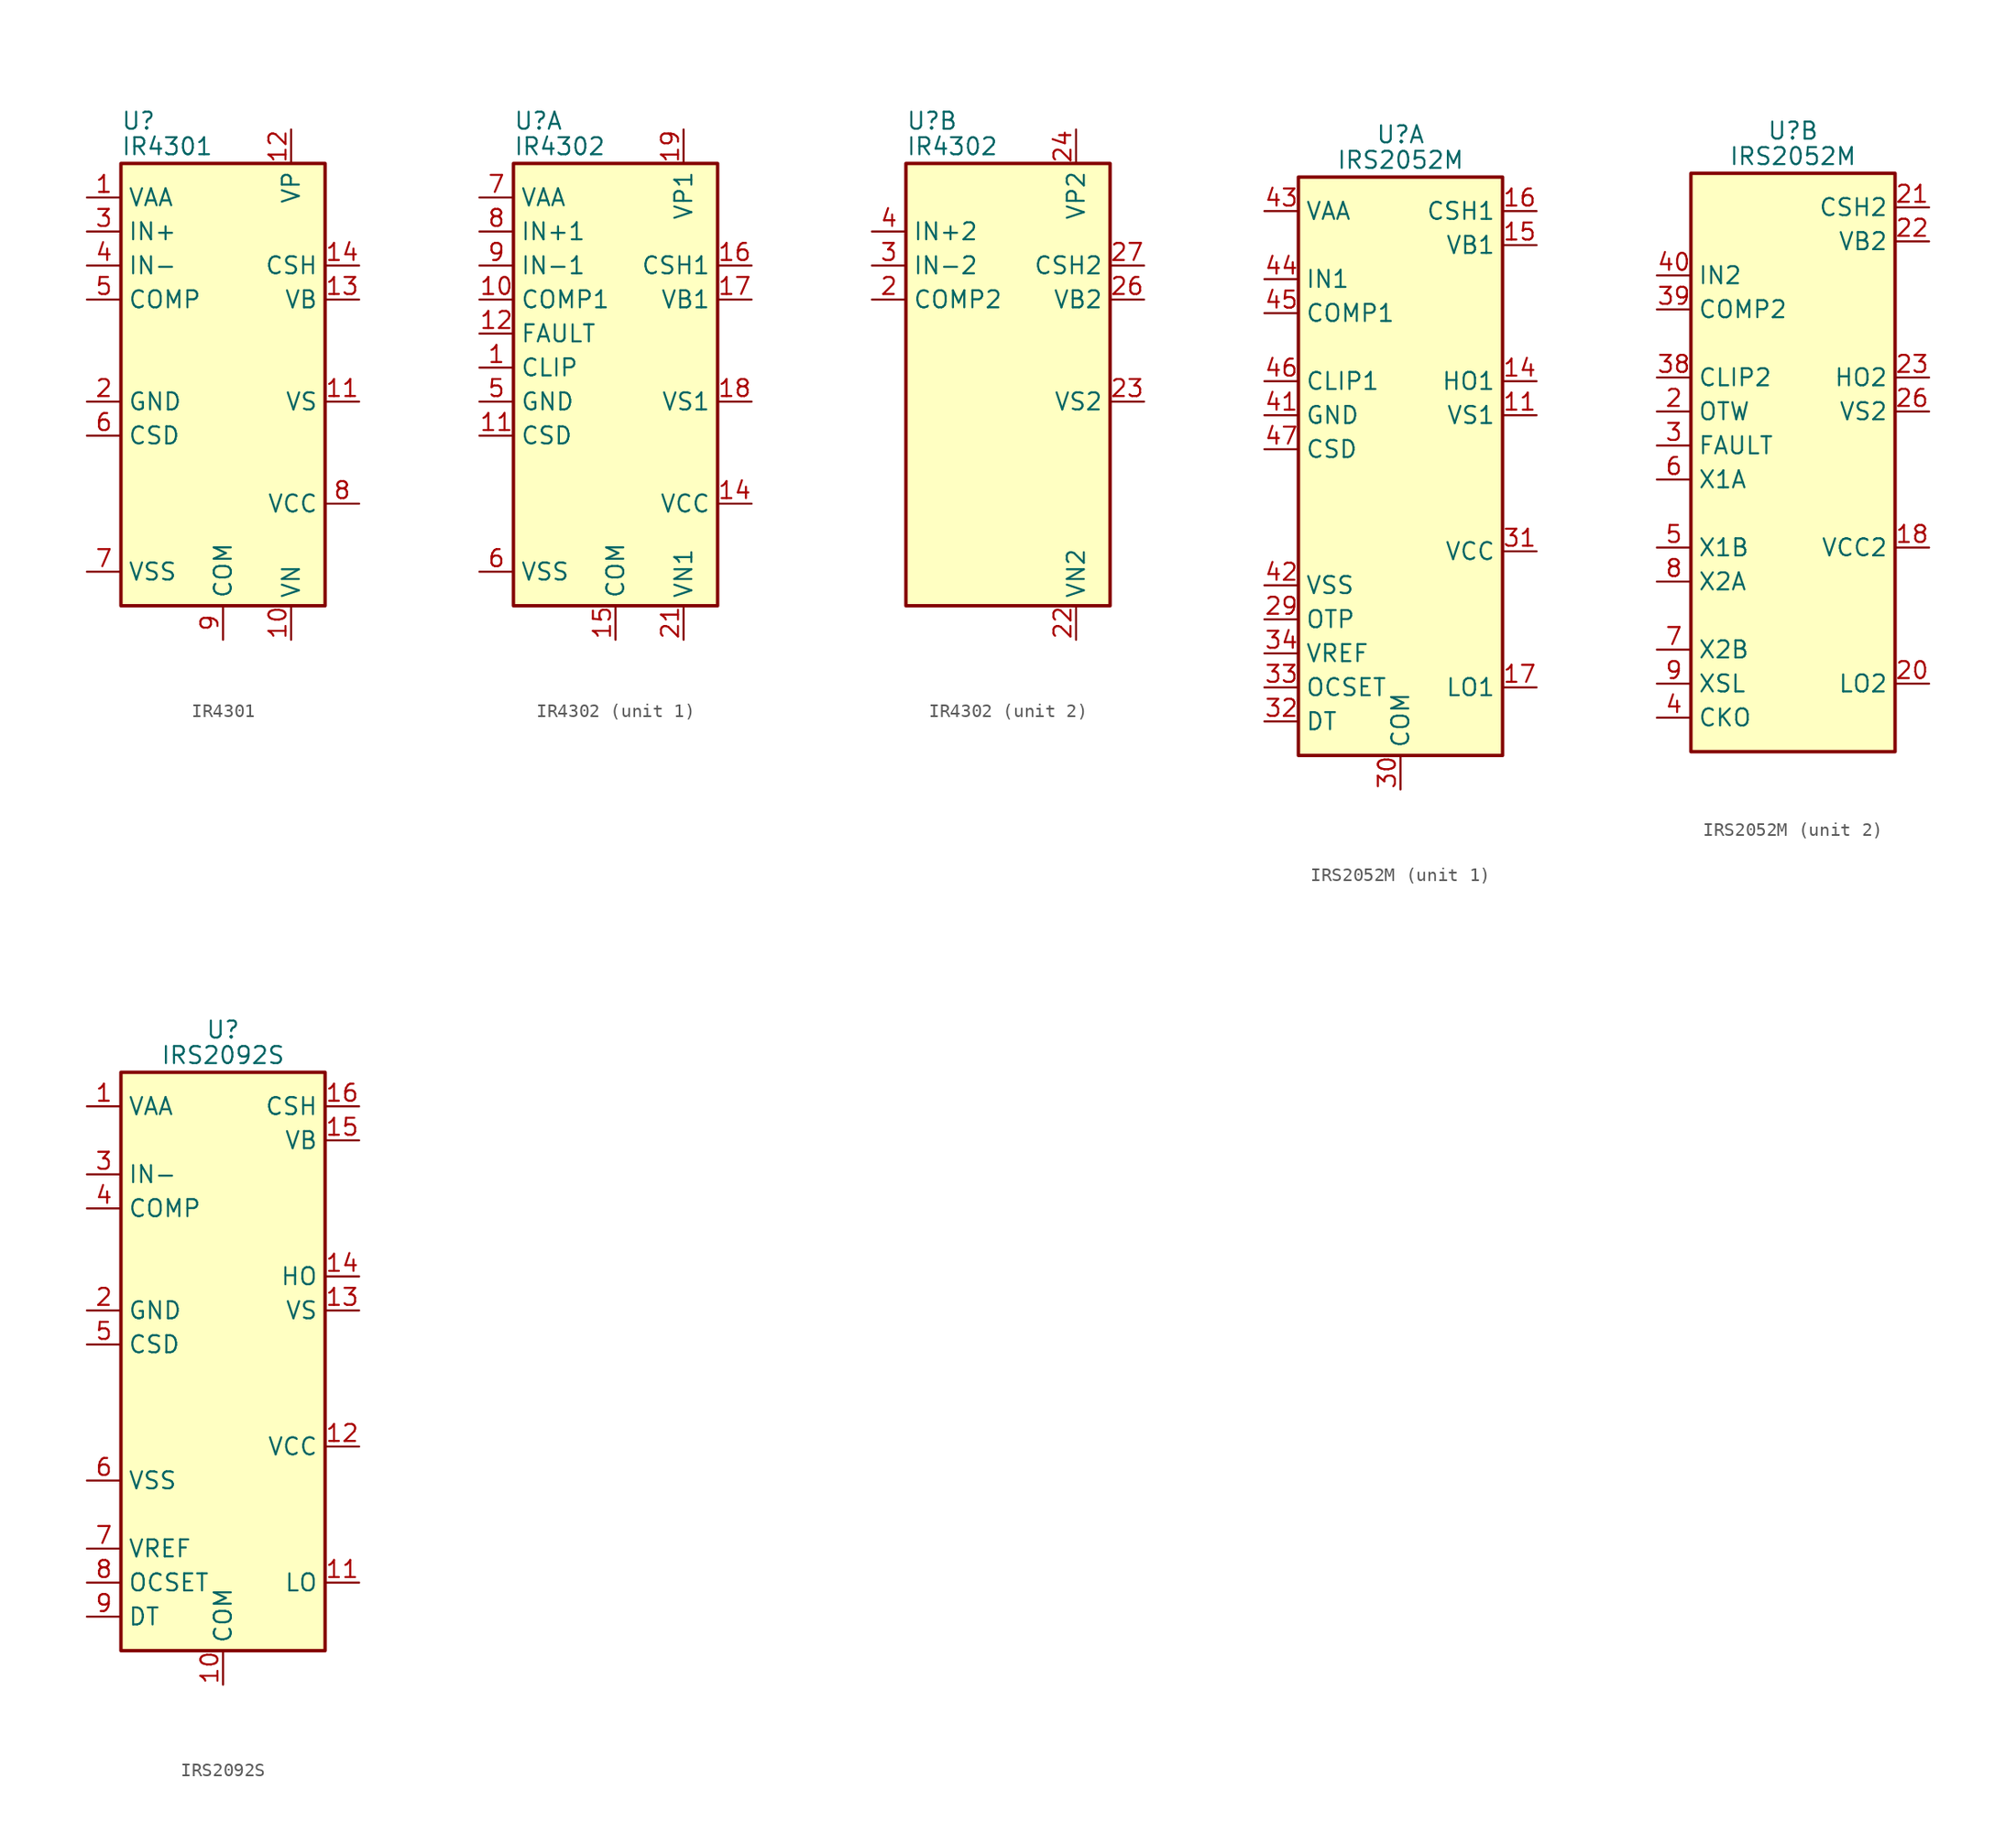
<source format=kicad_sym>
(kicad_symbol_lib
  (version 20241209)
  (generator "kicad_symbol_editor")
  (generator_version "9.0")
  (symbol "IR4301"
    (property "Reference" "U"
      (at -7.62 20.955 0)
      (effects (font (size 1.27 1.27)) (justify left)))
    (property "Value" "IR4301"
      (at -7.62 19.05 0)
      (effects (font (size 1.27 1.27)) (justify left)))
    (symbol "IR4301_0_1"
      (rectangle (start -7.62 -15.24) (end 7.62 17.78) (stroke (width 0.254) (type default)) (fill (type background))))
    (symbol "IR4301_1_1"
      (pin power_in line (at -10.16 15.24 0) (length 2.54) (name "VAA" (effects (font (size 1.27 1.27)))) (number "1" (effects (font (size 1.27 1.27)))))
      (pin input line (at -10.16 12.7 0) (length 2.54) (name "IN+" (effects (font (size 1.27 1.27)))) (number "3" (effects (font (size 1.27 1.27)))))
      (pin input line (at -10.16 10.16 0) (length 2.54) (name "IN-" (effects (font (size 1.27 1.27)))) (number "4" (effects (font (size 1.27 1.27)))))
      (pin output line (at -10.16 7.62 0) (length 2.54) (name "COMP" (effects (font (size 1.27 1.27)))) (number "5" (effects (font (size 1.27 1.27)))))
      (pin power_in line (at -10.16 0 0) (length 2.54) (name "GND" (effects (font (size 1.27 1.27)))) (number "2" (effects (font (size 1.27 1.27)))))
      (pin passive line (at -10.16 -2.54 0) (length 2.54) (name "CSD" (effects (font (size 1.27 1.27)))) (number "6" (effects (font (size 1.27 1.27)))))
      (pin power_in line (at -10.16 -12.7 0) (length 2.54) (name "VSS" (effects (font (size 1.27 1.27)))) (number "7" (effects (font (size 1.27 1.27)))))
      (pin passive line (at 0 -17.78 90) (length 2.54) (hide yes) (name "COM" (effects (font (size 1.27 1.27)))) (number "15" (effects (font (size 1.27 1.27)))))
      (pin power_in line (at 0 -17.78 90) (length 2.54) (name "COM" (effects (font (size 1.27 1.27)))) (number "9" (effects (font (size 1.27 1.27)))))
      (pin power_in line (at 5.08 20.32 270) (length 2.54) (name "VP" (effects (font (size 1.27 1.27)))) (number "12" (effects (font (size 1.27 1.27)))))
      (pin power_in line (at 5.08 -17.78 90) (length 2.54) (name "VN" (effects (font (size 1.27 1.27)))) (number "10" (effects (font (size 1.27 1.27)))))
      (pin passive line (at 10.16 10.16 180) (length 2.54) (name "CSH" (effects (font (size 1.27 1.27)))) (number "14" (effects (font (size 1.27 1.27)))))
      (pin power_in line (at 10.16 7.62 180) (length 2.54) (name "VB" (effects (font (size 1.27 1.27)))) (number "13" (effects (font (size 1.27 1.27)))))
      (pin output line (at 10.16 0 180) (length 2.54) (name "VS" (effects (font (size 1.27 1.27)))) (number "11" (effects (font (size 1.27 1.27)))))
      (pin power_in line (at 10.16 -7.62 180) (length 2.54) (name "VCC" (effects (font (size 1.27 1.27)))) (number "8" (effects (font (size 1.27 1.27)))))))
  (symbol "IR4302"
    (property "Reference" "U"
      (at -7.62 20.955 0)
      (effects (font (size 1.27 1.27)) (justify left)))
    (property "Value" "IR4302"
      (at -7.62 19.05 0)
      (effects (font (size 1.27 1.27)) (justify left)))
    (property "ki_locked" ""
      (at 0 0 0)
      (effects (font (size 1.27 1.27))))
    (symbol "IR4302_0_1"
      (rectangle (start -7.62 -15.24) (end 7.62 17.78) (stroke (width 0.254) (type default)) (fill (type background))))
    (symbol "IR4302_1_1"
      (pin power_in line (at -10.16 15.24 0) (length 2.54) (name "VAA" (effects (font (size 1.27 1.27)))) (number "7" (effects (font (size 1.27 1.27)))))
      (pin input line (at -10.16 12.7 0) (length 2.54) (name "IN+1" (effects (font (size 1.27 1.27)))) (number "8" (effects (font (size 1.27 1.27)))))
      (pin input line (at -10.16 10.16 0) (length 2.54) (name "IN-1" (effects (font (size 1.27 1.27)))) (number "9" (effects (font (size 1.27 1.27)))))
      (pin output line (at -10.16 7.62 0) (length 2.54) (name "COMP1" (effects (font (size 1.27 1.27)))) (number "10" (effects (font (size 1.27 1.27)))))
      (pin open_collector line (at -10.16 5.08 0) (length 2.54) (name "FAULT" (effects (font (size 1.27 1.27)))) (number "12" (effects (font (size 1.27 1.27)))))
      (pin open_collector line (at -10.16 2.54 0) (length 2.54) (name "CLIP" (effects (font (size 1.27 1.27)))) (number "1" (effects (font (size 1.27 1.27)))))
      (pin power_in line (at -10.16 0 0) (length 2.54) (name "GND" (effects (font (size 1.27 1.27)))) (number "5" (effects (font (size 1.27 1.27)))))
      (pin passive line (at -10.16 -2.54 0) (length 2.54) (name "CSD" (effects (font (size 1.27 1.27)))) (number "11" (effects (font (size 1.27 1.27)))))
      (pin power_in line (at -10.16 -12.7 0) (length 2.54) (name "VSS" (effects (font (size 1.27 1.27)))) (number "6" (effects (font (size 1.27 1.27)))))
      (pin no_connect line (at -7.62 -5.08 0) (length 2.54) (hide yes) (name "NC" (effects (font (size 1.27 1.27)))) (number "13" (effects (font (size 1.27 1.27)))))
      (pin no_connect line (at -7.62 -7.62 0) (length 2.54) (hide yes) (name "NC" (effects (font (size 1.27 1.27)))) (number "29" (effects (font (size 1.27 1.27)))))
      (pin no_connect line (at -7.62 -10.16 0) (length 2.54) (hide yes) (name "NC" (effects (font (size 1.27 1.27)))) (number "30" (effects (font (size 1.27 1.27)))))
      (pin power_in line (at 0 -17.78 90) (length 2.54) (name "COM" (effects (font (size 1.27 1.27)))) (number "15" (effects (font (size 1.27 1.27)))))
      (pin passive line (at 0 -17.78 90) (length 2.54) (hide yes) (name "COM" (effects (font (size 1.27 1.27)))) (number "28" (effects (font (size 1.27 1.27)))))
      (pin passive line (at 0 -17.78 90) (length 2.54) (hide yes) (name "COM" (effects (font (size 1.27 1.27)))) (number "31" (effects (font (size 1.27 1.27)))))
      (pin power_in line (at 5.08 20.32 270) (length 2.54) (name "VP1" (effects (font (size 1.27 1.27)))) (number "19" (effects (font (size 1.27 1.27)))))
      (pin power_in line (at 5.08 -17.78 90) (length 2.54) (name "VN1" (effects (font (size 1.27 1.27)))) (number "21" (effects (font (size 1.27 1.27)))))
      (pin passive line (at 10.16 10.16 180) (length 2.54) (name "CSH1" (effects (font (size 1.27 1.27)))) (number "16" (effects (font (size 1.27 1.27)))))
      (pin power_in line (at 10.16 7.62 180) (length 2.54) (name "VB1" (effects (font (size 1.27 1.27)))) (number "17" (effects (font (size 1.27 1.27)))))
      (pin output line (at 10.16 0 180) (length 2.54) (name "VS1" (effects (font (size 1.27 1.27)))) (number "18" (effects (font (size 1.27 1.27)))))
      (pin passive line (at 10.16 0 180) (length 2.54) (hide yes) (name "VS1" (effects (font (size 1.27 1.27)))) (number "20" (effects (font (size 1.27 1.27)))))
      (pin power_in line (at 10.16 -7.62 180) (length 2.54) (name "VCC" (effects (font (size 1.27 1.27)))) (number "14" (effects (font (size 1.27 1.27))))))
    (symbol "IR4302_2_1"
      (pin input line (at -10.16 12.7 0) (length 2.54) (name "IN+2" (effects (font (size 1.27 1.27)))) (number "4" (effects (font (size 1.27 1.27)))))
      (pin input line (at -10.16 10.16 0) (length 2.54) (name "IN-2" (effects (font (size 1.27 1.27)))) (number "3" (effects (font (size 1.27 1.27)))))
      (pin output line (at -10.16 7.62 0) (length 2.54) (name "COMP2" (effects (font (size 1.27 1.27)))) (number "2" (effects (font (size 1.27 1.27)))))
      (pin power_in line (at 5.08 20.32 270) (length 2.54) (name "VP2" (effects (font (size 1.27 1.27)))) (number "24" (effects (font (size 1.27 1.27)))))
      (pin power_in line (at 5.08 -17.78 90) (length 2.54) (name "VN2" (effects (font (size 1.27 1.27)))) (number "22" (effects (font (size 1.27 1.27)))))
      (pin passive line (at 10.16 10.16 180) (length 2.54) (name "CSH2" (effects (font (size 1.27 1.27)))) (number "27" (effects (font (size 1.27 1.27)))))
      (pin power_in line (at 10.16 7.62 180) (length 2.54) (name "VB2" (effects (font (size 1.27 1.27)))) (number "26" (effects (font (size 1.27 1.27)))))
      (pin output line (at 10.16 0 180) (length 2.54) (name "VS2" (effects (font (size 1.27 1.27)))) (number "23" (effects (font (size 1.27 1.27)))))
      (pin passive line (at 10.16 0 180) (length 2.54) (hide yes) (name "VS2" (effects (font (size 1.27 1.27)))) (number "25" (effects (font (size 1.27 1.27)))))))
  (symbol "IRS2052M"
    (property "Reference" "U"
      (at 0 26.035 0)
      (effects (font (size 1.27 1.27))))
    (property "Value" "IRS2052M"
      (at 0 24.13 0)
      (effects (font (size 1.27 1.27))))
    (property "ki_locked" ""
      (at 0 0 0)
      (effects (font (size 1.27 1.27))))
    (symbol "IRS2052M_0_1"
      (rectangle (start -7.62 -20.32) (end 7.62 22.86) (stroke (width 0.254) (type default)) (fill (type background))))
    (symbol "IRS2052M_1_1"
      (pin power_in line (at -10.16 20.32 0) (length 2.54) (name "VAA" (effects (font (size 1.27 1.27)))) (number "43" (effects (font (size 1.27 1.27)))))
      (pin input line (at -10.16 15.24 0) (length 2.54) (name "IN1" (effects (font (size 1.27 1.27)))) (number "44" (effects (font (size 1.27 1.27)))))
      (pin output line (at -10.16 12.7 0) (length 2.54) (name "COMP1" (effects (font (size 1.27 1.27)))) (number "45" (effects (font (size 1.27 1.27)))))
      (pin open_collector line (at -10.16 7.62 0) (length 2.54) (name "CLIP1" (effects (font (size 1.27 1.27)))) (number "46" (effects (font (size 1.27 1.27)))))
      (pin power_in line (at -10.16 5.08 0) (length 2.54) (name "GND" (effects (font (size 1.27 1.27)))) (number "41" (effects (font (size 1.27 1.27)))))
      (pin passive line (at -10.16 2.54 0) (length 2.54) (name "CSD" (effects (font (size 1.27 1.27)))) (number "47" (effects (font (size 1.27 1.27)))))
      (pin power_in line (at -10.16 -7.62 0) (length 2.54) (name "VSS" (effects (font (size 1.27 1.27)))) (number "42" (effects (font (size 1.27 1.27)))))
      (pin passive line (at -10.16 -10.16 0) (length 2.54) (name "OTP" (effects (font (size 1.27 1.27)))) (number "29" (effects (font (size 1.27 1.27)))))
      (pin power_out line (at -10.16 -12.7 0) (length 2.54) (name "VREF" (effects (font (size 1.27 1.27)))) (number "34" (effects (font (size 1.27 1.27)))))
      (pin passive line (at -10.16 -15.24 0) (length 2.54) (name "OCSET" (effects (font (size 1.27 1.27)))) (number "33" (effects (font (size 1.27 1.27)))))
      (pin passive line (at -10.16 -17.78 0) (length 2.54) (name "DT" (effects (font (size 1.27 1.27)))) (number "32" (effects (font (size 1.27 1.27)))))
      (pin no_connect line (at -7.62 17.78 0) (length 2.54) (hide yes) (name "NC" (effects (font (size 1.27 1.27)))) (number "1" (effects (font (size 1.27 1.27)))))
      (pin no_connect line (at -7.62 10.16 0) (length 2.54) (hide yes) (name "NC" (effects (font (size 1.27 1.27)))) (number "10" (effects (font (size 1.27 1.27)))))
      (pin no_connect line (at -7.62 0 0) (length 2.54) (hide yes) (name "NC" (effects (font (size 1.27 1.27)))) (number "12" (effects (font (size 1.27 1.27)))))
      (pin no_connect line (at -7.62 -2.54 0) (length 2.54) (hide yes) (name "NC" (effects (font (size 1.27 1.27)))) (number "13" (effects (font (size 1.27 1.27)))))
      (pin no_connect line (at -7.62 -5.08 0) (length 2.54) (hide yes) (name "NC" (effects (font (size 1.27 1.27)))) (number "24" (effects (font (size 1.27 1.27)))))
      (pin passive line (at 0 -22.86 90) (length 2.54) (hide yes) (name "COM" (effects (font (size 1.27 1.27)))) (number "19" (effects (font (size 1.27 1.27)))))
      (pin power_in line (at 0 -22.86 90) (length 2.54) (name "COM" (effects (font (size 1.27 1.27)))) (number "30" (effects (font (size 1.27 1.27)))))
      (pin passive line (at 0 -22.86 90) (length 2.54) (hide yes) (name "COM" (effects (font (size 1.27 1.27)))) (number "49" (effects (font (size 1.27 1.27)))))
      (pin no_connect line (at 7.62 15.24 180) (length 2.54) (hide yes) (name "NC" (effects (font (size 1.27 1.27)))) (number "25" (effects (font (size 1.27 1.27)))))
      (pin no_connect line (at 7.62 12.7 180) (length 2.54) (hide yes) (name "NC" (effects (font (size 1.27 1.27)))) (number "27" (effects (font (size 1.27 1.27)))))
      (pin no_connect line (at 7.62 10.16 180) (length 2.54) (hide yes) (name "NC" (effects (font (size 1.27 1.27)))) (number "28" (effects (font (size 1.27 1.27)))))
      (pin no_connect line (at 7.62 2.54 180) (length 2.54) (hide yes) (name "NC" (effects (font (size 1.27 1.27)))) (number "35" (effects (font (size 1.27 1.27)))))
      (pin no_connect line (at 7.62 0 180) (length 2.54) (hide yes) (name "NC" (effects (font (size 1.27 1.27)))) (number "36" (effects (font (size 1.27 1.27)))))
      (pin no_connect line (at 7.62 -2.54 180) (length 2.54) (hide yes) (name "NC" (effects (font (size 1.27 1.27)))) (number "37" (effects (font (size 1.27 1.27)))))
      (pin no_connect line (at 7.62 -7.62 180) (length 2.54) (hide yes) (name "NC" (effects (font (size 1.27 1.27)))) (number "48" (effects (font (size 1.27 1.27)))))
      (pin passive line (at 10.16 20.32 180) (length 2.54) (name "CSH1" (effects (font (size 1.27 1.27)))) (number "16" (effects (font (size 1.27 1.27)))))
      (pin power_in line (at 10.16 17.78 180) (length 2.54) (name "VB1" (effects (font (size 1.27 1.27)))) (number "15" (effects (font (size 1.27 1.27)))))
      (pin output line (at 10.16 7.62 180) (length 2.54) (name "HO1" (effects (font (size 1.27 1.27)))) (number "14" (effects (font (size 1.27 1.27)))))
      (pin passive line (at 10.16 5.08 180) (length 2.54) (name "VS1" (effects (font (size 1.27 1.27)))) (number "11" (effects (font (size 1.27 1.27)))))
      (pin power_in line (at 10.16 -5.08 180) (length 2.54) (name "VCC" (effects (font (size 1.27 1.27)))) (number "31" (effects (font (size 1.27 1.27)))))
      (pin output line (at 10.16 -15.24 180) (length 2.54) (name "LO1" (effects (font (size 1.27 1.27)))) (number "17" (effects (font (size 1.27 1.27))))))
    (symbol "IRS2052M_2_1"
      (pin input line (at -10.16 15.24 0) (length 2.54) (name "IN2" (effects (font (size 1.27 1.27)))) (number "40" (effects (font (size 1.27 1.27)))))
      (pin output line (at -10.16 12.7 0) (length 2.54) (name "COMP2" (effects (font (size 1.27 1.27)))) (number "39" (effects (font (size 1.27 1.27)))))
      (pin open_collector line (at -10.16 7.62 0) (length 2.54) (name "CLIP2" (effects (font (size 1.27 1.27)))) (number "38" (effects (font (size 1.27 1.27)))))
      (pin open_collector line (at -10.16 5.08 0) (length 2.54) (name "OTW" (effects (font (size 1.27 1.27)))) (number "2" (effects (font (size 1.27 1.27)))))
      (pin open_collector line (at -10.16 2.54 0) (length 2.54) (name "FAULT" (effects (font (size 1.27 1.27)))) (number "3" (effects (font (size 1.27 1.27)))))
      (pin input line (at -10.16 0 0) (length 2.54) (name "X1A" (effects (font (size 1.27 1.27)))) (number "6" (effects (font (size 1.27 1.27)))))
      (pin output line (at -10.16 -5.08 0) (length 2.54) (name "X1B" (effects (font (size 1.27 1.27)))) (number "5" (effects (font (size 1.27 1.27)))))
      (pin input line (at -10.16 -7.62 0) (length 2.54) (name "X2A" (effects (font (size 1.27 1.27)))) (number "8" (effects (font (size 1.27 1.27)))))
      (pin output line (at -10.16 -12.7 0) (length 2.54) (name "X2B" (effects (font (size 1.27 1.27)))) (number "7" (effects (font (size 1.27 1.27)))))
      (pin input line (at -10.16 -15.24 0) (length 2.54) (name "XSL" (effects (font (size 1.27 1.27)))) (number "9" (effects (font (size 1.27 1.27)))))
      (pin output line (at -10.16 -17.78 0) (length 2.54) (name "CKO" (effects (font (size 1.27 1.27)))) (number "4" (effects (font (size 1.27 1.27)))))
      (pin passive line (at 10.16 20.32 180) (length 2.54) (name "CSH2" (effects (font (size 1.27 1.27)))) (number "21" (effects (font (size 1.27 1.27)))))
      (pin power_in line (at 10.16 17.78 180) (length 2.54) (name "VB2" (effects (font (size 1.27 1.27)))) (number "22" (effects (font (size 1.27 1.27)))))
      (pin output line (at 10.16 7.62 180) (length 2.54) (name "HO2" (effects (font (size 1.27 1.27)))) (number "23" (effects (font (size 1.27 1.27)))))
      (pin passive line (at 10.16 5.08 180) (length 2.54) (name "VS2" (effects (font (size 1.27 1.27)))) (number "26" (effects (font (size 1.27 1.27)))))
      (pin power_in line (at 10.16 -5.08 180) (length 2.54) (name "VCC2" (effects (font (size 1.27 1.27)))) (number "18" (effects (font (size 1.27 1.27)))))
      (pin output line (at 10.16 -15.24 180) (length 2.54) (name "LO2" (effects (font (size 1.27 1.27)))) (number "20" (effects (font (size 1.27 1.27)))))))
  (symbol "IRS2092S"
    (property "Reference" "U"
      (at 0 26.035 0)
      (effects (font (size 1.27 1.27))))
    (property "Value" "IRS2092S"
      (at 0 24.13 0)
      (effects (font (size 1.27 1.27))))
    (symbol "IRS2092S_0_1"
      (rectangle (start -7.62 -20.32) (end 7.62 22.86) (stroke (width 0.254) (type default)) (fill (type background))))
    (symbol "IRS2092S_1_1"
      (pin power_in line (at -10.16 20.32 0) (length 2.54) (name "VAA" (effects (font (size 1.27 1.27)))) (number "1" (effects (font (size 1.27 1.27)))))
      (pin input line (at -10.16 15.24 0) (length 2.54) (name "IN-" (effects (font (size 1.27 1.27)))) (number "3" (effects (font (size 1.27 1.27)))))
      (pin output line (at -10.16 12.7 0) (length 2.54) (name "COMP" (effects (font (size 1.27 1.27)))) (number "4" (effects (font (size 1.27 1.27)))))
      (pin power_in line (at -10.16 5.08 0) (length 2.54) (name "GND" (effects (font (size 1.27 1.27)))) (number "2" (effects (font (size 1.27 1.27)))))
      (pin passive line (at -10.16 2.54 0) (length 2.54) (name "CSD" (effects (font (size 1.27 1.27)))) (number "5" (effects (font (size 1.27 1.27)))))
      (pin power_in line (at -10.16 -7.62 0) (length 2.54) (name "VSS" (effects (font (size 1.27 1.27)))) (number "6" (effects (font (size 1.27 1.27)))))
      (pin power_out line (at -10.16 -12.7 0) (length 2.54) (name "VREF" (effects (font (size 1.27 1.27)))) (number "7" (effects (font (size 1.27 1.27)))))
      (pin passive line (at -10.16 -15.24 0) (length 2.54) (name "OCSET" (effects (font (size 1.27 1.27)))) (number "8" (effects (font (size 1.27 1.27)))))
      (pin passive line (at -10.16 -17.78 0) (length 2.54) (name "DT" (effects (font (size 1.27 1.27)))) (number "9" (effects (font (size 1.27 1.27)))))
      (pin power_in line (at 0 -22.86 90) (length 2.54) (name "COM" (effects (font (size 1.27 1.27)))) (number "10" (effects (font (size 1.27 1.27)))))
      (pin passive line (at 10.16 20.32 180) (length 2.54) (name "CSH" (effects (font (size 1.27 1.27)))) (number "16" (effects (font (size 1.27 1.27)))))
      (pin power_in line (at 10.16 17.78 180) (length 2.54) (name "VB" (effects (font (size 1.27 1.27)))) (number "15" (effects (font (size 1.27 1.27)))))
      (pin output line (at 10.16 7.62 180) (length 2.54) (name "HO" (effects (font (size 1.27 1.27)))) (number "14" (effects (font (size 1.27 1.27)))))
      (pin passive line (at 10.16 5.08 180) (length 2.54) (name "VS" (effects (font (size 1.27 1.27)))) (number "13" (effects (font (size 1.27 1.27)))))
      (pin power_in line (at 10.16 -5.08 180) (length 2.54) (name "VCC" (effects (font (size 1.27 1.27)))) (number "12" (effects (font (size 1.27 1.27)))))
      (pin output line (at 10.16 -15.24 180) (length 2.54) (name "LO" (effects (font (size 1.27 1.27)))) (number "11" (effects (font (size 1.27 1.27))))))))
</source>
